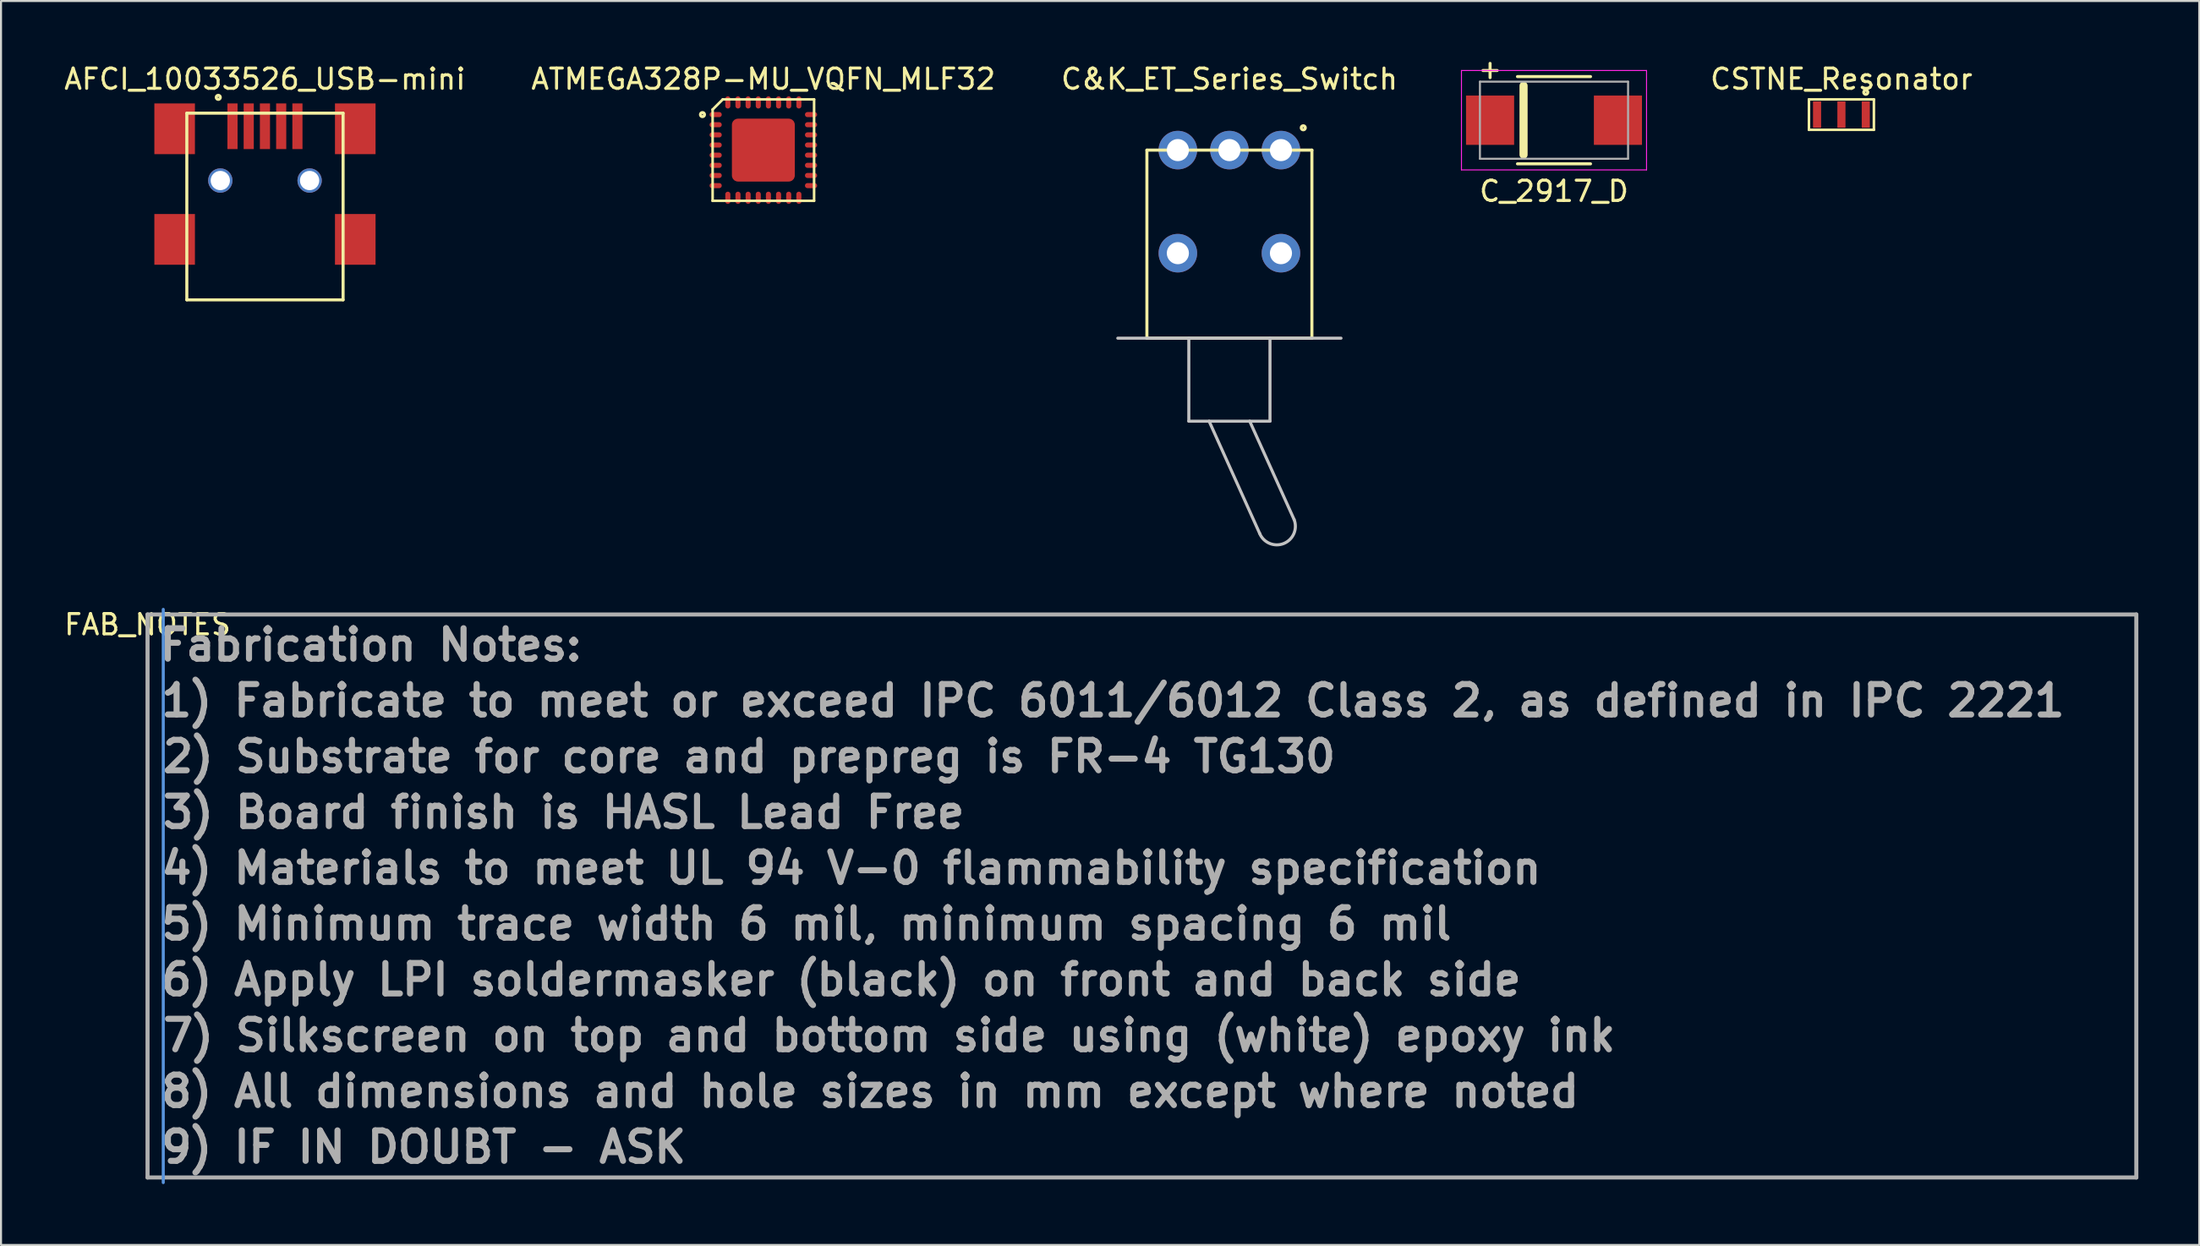
<source format=kicad_pcb>
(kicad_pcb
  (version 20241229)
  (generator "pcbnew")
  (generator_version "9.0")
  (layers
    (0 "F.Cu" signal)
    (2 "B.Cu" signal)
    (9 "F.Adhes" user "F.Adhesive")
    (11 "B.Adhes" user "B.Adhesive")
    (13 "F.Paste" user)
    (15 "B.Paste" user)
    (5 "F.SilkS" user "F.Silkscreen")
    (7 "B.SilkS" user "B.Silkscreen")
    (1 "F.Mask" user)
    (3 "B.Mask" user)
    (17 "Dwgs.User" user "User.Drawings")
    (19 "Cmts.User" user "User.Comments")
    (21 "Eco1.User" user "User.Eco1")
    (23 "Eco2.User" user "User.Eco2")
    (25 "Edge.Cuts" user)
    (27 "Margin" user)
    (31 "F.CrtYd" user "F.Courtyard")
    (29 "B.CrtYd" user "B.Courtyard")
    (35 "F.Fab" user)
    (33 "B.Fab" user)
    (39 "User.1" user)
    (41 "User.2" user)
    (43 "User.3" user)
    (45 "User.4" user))
  (footprint "CSTNE_Resonator"
    (layer "F.Cu")
    (at 87.688 2.598)
    (property "Reference" "CSTNE_Resonator" (at 0 -1.75 0) (layer "F.SilkS") (effects (font (size 1 1) (thickness 0.15))))
    (attr smd)
    (fp_line (start -1.6 -0.75) (end 1.6 -0.75) (stroke (width 0.127) (type solid)) (layer "F.SilkS"))
    (fp_line (start -1.6 0.75) (end -1.6 -0.75) (stroke (width 0.127) (type solid)) (layer "F.SilkS"))
    (fp_line (start 1.6 -0.75) (end 1.6 0.75) (stroke (width 0.127) (type solid)) (layer "F.SilkS"))
    (fp_line (start 1.6 0.75) (end -1.6 0.75) (stroke (width 0.127) (type solid)) (layer "F.SilkS"))
    (fp_circle (center 1.2 -1.1) (end 1.1 -1.1) (stroke (width 0.15) (type solid)) (fill no) (layer "F.SilkS"))
    (pad "1" smd rect (at 1.2 0) (size 0.4 1.3) (layers "F.Cu" "F.Mask" "F.Paste"))
    (pad "2" smd rect (at 0 0) (size 0.4 1.3) (layers "F.Cu" "F.Mask" "F.Paste"))
    (pad "3" smd rect (at -1.2 0) (size 0.4 1.3) (layers "F.Cu" "F.Mask" "F.Paste")))
  (footprint "C&K_ET_Series_Switch"
    (layer "F.Cu")
    (at 57.53 4.348)
    (property "Reference" "C&K_ET_Series_Switch" (at 0 -3.5 0) (layer "F.SilkS") (effects (font (size 1 1) (thickness 0.15))))
    (attr through_hole)
    (fp_line (start -4.065 0) (end 4.065 0) (stroke (width 0.15) (type solid)) (layer "F.SilkS"))
    (fp_line (start -4.065 9.27) (end -4.065 0) (stroke (width 0.15) (type solid)) (layer "F.SilkS"))
    (fp_line (start 4.065 0) (end 4.065 9.27) (stroke (width 0.15) (type solid)) (layer "F.SilkS"))
    (fp_line (start 4.065 9.27) (end -4.065 9.27) (stroke (width 0.15) (type solid)) (layer "F.SilkS"))
    (fp_circle (center 3.64 -1.1) (end 3.64 -1) (stroke (width 0.15) (type solid)) (fill no) (layer "F.SilkS"))
    (fp_line (start -5.5 9.27) (end 5.5 9.27) (stroke (width 0.15) (type solid)) (layer "Dwgs.User"))
    (fp_line (start -2 9.27) (end -2 13.36) (stroke (width 0.15) (type solid)) (layer "Dwgs.User"))
    (fp_line (start -2 13.36) (end 2 13.36) (stroke (width 0.15) (type solid)) (layer "Dwgs.User"))
    (fp_line (start -1 13.36) (end 1.49 18.89) (stroke (width 0.15) (type solid)) (layer "Dwgs.User"))
    (fp_line (start 1 13.36) (end 3.188 18.207) (stroke (width 0.15) (type solid)) (layer "Dwgs.User"))
    (fp_line (start 2 13.36) (end 2 9.27) (stroke (width 0.15) (type solid)) (layer "Dwgs.User"))
    (fp_arc (start 3.188027 18.206717) (mid 2.680655 19.397371) (end 1.490001 18.889999) (stroke (width 0.15) (type solid)) (layer "Dwgs.User"))
    (pad "0" thru_hole circle (at -2.54 5.08) (size 1.9 1.9) (drill 1.09) (layers "*.Cu" "*.Mask"))
    (pad "0" thru_hole circle (at 2.54 5.08) (size 1.9 1.9) (drill 1.09) (layers "*.Cu" "*.Mask"))
    (pad "1" thru_hole circle (at 2.54 0) (size 1.9 1.9) (drill 1.09) (layers "*.Cu" "*.Mask"))
    (pad "2" thru_hole circle (at 0 0) (size 1.9 1.9) (drill 1.09) (layers "*.Cu" "*.Mask"))
    (pad "3" thru_hole circle (at -2.54 0) (size 1.9 1.9) (drill 1.09) (layers "*.Cu" "*.Mask")))
  (footprint "ATMEGA328P-MU_VQFN_MLF32"
    (layer "F.Cu")
    (at 34.565 4.348)
    (property "Reference" "ATMEGA328P-MU_VQFN_MLF32" (at 0 -3.5 0) (layer "F.SilkS") (effects (font (size 1 1) (thickness 0.15))))
    (attr smd)
    (fp_line (start -2.5 -2) (end -2 -2.5) (stroke (width 0.127) (type solid)) (layer "F.SilkS"))
    (fp_line (start -2.5 2.5) (end -2.5 -2) (stroke (width 0.127) (type solid)) (layer "F.SilkS"))
    (fp_line (start -2 -2.5) (end 2.5 -2.5) (stroke (width 0.127) (type solid)) (layer "F.SilkS"))
    (fp_line (start 2.5 -2.5) (end 2.5 2.5) (stroke (width 0.127) (type solid)) (layer "F.SilkS"))
    (fp_line (start 2.5 2.5) (end -2.5 2.5) (stroke (width 0.127) (type solid)) (layer "F.SilkS"))
    (fp_circle (center -3 -1.75) (end -2.9 -1.75) (stroke (width 0.15) (type solid)) (fill no) (layer "F.SilkS"))
    (pad "" smd roundrect (at -0.775 -0.775) (size 1.3 1.3) (layers "F.Paste") (roundrect_rratio 0.238))
    (pad "" smd roundrect (at -0.775 0.775) (size 1.3 1.3) (layers "F.Paste") (roundrect_rratio 0.238))
    (pad "" smd roundrect (at 0.775 -0.775) (size 1.3 1.3) (layers "F.Paste") (roundrect_rratio 0.238))
    (pad "" smd roundrect (at 0.775 0.775) (size 1.3 1.3) (layers "F.Paste") (roundrect_rratio 0.238))
    (pad "0" smd roundrect (at 0 0) (size 3.1 3.1) (layers "F.Cu" "F.Mask") (roundrect_rratio 0.096))
    (pad "1" smd oval (at -2.35 -1.75) (size 0.6 0.25) (layers "F.Cu" "F.Mask" "F.Paste"))
    (pad "2" smd oval (at -2.35 -1.25) (size 0.6 0.25) (layers "F.Cu" "F.Mask" "F.Paste"))
    (pad "3" smd oval (at -2.35 -0.75) (size 0.6 0.25) (layers "F.Cu" "F.Mask" "F.Paste"))
    (pad "4" smd oval (at -2.35 -0.25) (size 0.6 0.25) (layers "F.Cu" "F.Mask" "F.Paste"))
    (pad "5" smd oval (at -2.35 0.25) (size 0.6 0.25) (layers "F.Cu" "F.Mask" "F.Paste"))
    (pad "6" smd oval (at -2.35 0.75) (size 0.6 0.25) (layers "F.Cu" "F.Mask" "F.Paste"))
    (pad "7" smd oval (at -2.35 1.25) (size 0.6 0.25) (layers "F.Cu" "F.Mask" "F.Paste"))
    (pad "8" smd oval (at -2.35 1.75) (size 0.6 0.25) (layers "F.Cu" "F.Mask" "F.Paste"))
    (pad "9" smd oval (at -1.75 2.35 90) (size 0.6 0.25) (layers "F.Cu" "F.Mask" "F.Paste"))
    (pad "10" smd oval (at -1.25 2.35 90) (size 0.6 0.25) (layers "F.Cu" "F.Mask" "F.Paste"))
    (pad "11" smd oval (at -0.75 2.35 90) (size 0.6 0.25) (layers "F.Cu" "F.Mask" "F.Paste"))
    (pad "12" smd oval (at -0.25 2.35 90) (size 0.6 0.25) (layers "F.Cu" "F.Mask" "F.Paste"))
    (pad "13" smd oval (at 0.25 2.35 90) (size 0.6 0.25) (layers "F.Cu" "F.Mask" "F.Paste"))
    (pad "14" smd oval (at 0.75 2.35 90) (size 0.6 0.25) (layers "F.Cu" "F.Mask" "F.Paste"))
    (pad "15" smd oval (at 1.25 2.35 90) (size 0.6 0.25) (layers "F.Cu" "F.Mask" "F.Paste"))
    (pad "16" smd oval (at 1.75 2.35 90) (size 0.6 0.25) (layers "F.Cu" "F.Mask" "F.Paste"))
    (pad "17" smd oval (at 2.35 1.75) (size 0.6 0.25) (layers "F.Cu" "F.Mask" "F.Paste"))
    (pad "18" smd oval (at 2.35 1.25) (size 0.6 0.25) (layers "F.Cu" "F.Mask" "F.Paste"))
    (pad "19" smd oval (at 2.35 0.75) (size 0.6 0.25) (layers "F.Cu" "F.Mask" "F.Paste"))
    (pad "20" smd oval (at 2.35 0.25) (size 0.6 0.25) (layers "F.Cu" "F.Mask" "F.Paste"))
    (pad "21" smd oval (at 2.35 -0.25) (size 0.6 0.25) (layers "F.Cu" "F.Mask" "F.Paste"))
    (pad "22" smd oval (at 2.35 -0.75) (size 0.6 0.25) (layers "F.Cu" "F.Mask" "F.Paste"))
    (pad "23" smd oval (at 2.35 -1.25) (size 0.6 0.25) (layers "F.Cu" "F.Mask" "F.Paste"))
    (pad "24" smd oval (at 2.35 -1.75) (size 0.6 0.25) (layers "F.Cu" "F.Mask" "F.Paste"))
    (pad "25" smd oval (at 1.75 -2.35 90) (size 0.6 0.25) (layers "F.Cu" "F.Mask" "F.Paste"))
    (pad "26" smd oval (at 1.25 -2.35 90) (size 0.6 0.25) (layers "F.Cu" "F.Mask" "F.Paste"))
    (pad "27" smd oval (at 0.75 -2.35 90) (size 0.6 0.25) (layers "F.Cu" "F.Mask" "F.Paste"))
    (pad "28" smd oval (at 0.25 -2.35 90) (size 0.6 0.25) (layers "F.Cu" "F.Mask" "F.Paste"))
    (pad "29" smd oval (at -0.25 -2.35 90) (size 0.6 0.25) (layers "F.Cu" "F.Mask" "F.Paste"))
    (pad "30" smd oval (at -0.75 -2.35 90) (size 0.6 0.25) (layers "F.Cu" "F.Mask" "F.Paste"))
    (pad "31" smd oval (at -1.25 -2.35 90) (size 0.6 0.25) (layers "F.Cu" "F.Mask" "F.Paste"))
    (pad "32" smd oval (at -1.75 -2.35 90) (size 0.6 0.25) (layers "F.Cu" "F.Mask" "F.Paste")))
  (footprint "FAB_NOTES"
    (layer "F.Cu")
    (at 4.22 27.235)
    (property "Reference" "FAB_NOTES" (at 0 0.5 0) (layer "F.SilkS") (effects (font (size 1 1) (thickness 0.15))))
    (attr through_hole)
    (fp_line (start 0.775 -0.25) (end 0.775 28) (stroke (width 0.15) (type solid)) (layer "Cmts.User"))
    (fp_line (start 0 0) (end 98 0) (stroke (width 0.2) (type solid)) (layer "F.Fab"))
    (fp_line (start 0 27.75) (end 0 0) (stroke (width 0.2) (type solid)) (layer "F.Fab"))
    (fp_line (start 98 0) (end 98 27.75) (stroke (width 0.2) (type solid)) (layer "F.Fab"))
    (fp_line (start 98 27.75) (end 0 27.75) (stroke (width 0.2) (type solid)) (layer "F.Fab"))
    (fp_text user "1) Fabricate to meet or exceed IPC 6011/6012 Class 2, as defined in IPC 2221" (at 47.575 4.25 0) (layer "F.Fab") (effects (font (size 1.5 1.5) (thickness 0.3))))
    (fp_text user "4) Materials to meet UL 94 V-0 flammability specification" (at 34.68 12.5 0) (layer "F.Fab") (effects (font (size 1.5 1.5) (thickness 0.3))))
    (fp_text user "9) IF IN DOUBT - ASK" (at 13.61 26.25 0) (layer "F.Fab") (effects (font (size 1.5 1.5) (thickness 0.3))))
    (fp_text user "5) Minimum trace width 6 mil, minimum spacing 6 mil" (at 32.47 15.25 0) (layer "F.Fab") (effects (font (size 1.5 1.5) (thickness 0.3))))
    (fp_text user "6) Apply LPI soldermasker (black) on front and back side" (at 34.185 18 0) (layer "F.Fab") (effects (font (size 1.5 1.5) (thickness 0.3))))
    (fp_text user "8) All dimensions and hole sizes in mm except where noted" (at 35.61 23.5 0) (layer "F.Fab") (effects (font (size 1.5 1.5) (thickness 0.3))))
    (fp_text user "7) Silkscreen on top and bottom side using (white) epoxy ink" (at 36.545 20.75 0) (layer "F.Fab") (effects (font (size 1.5 1.5) (thickness 0.3))))
    (fp_text user "2) Substrate for core and prepreg is FR-4 TG130" (at 29.645 7 0) (layer "F.Fab") (effects (font (size 1.5 1.5) (thickness 0.3))))
    (fp_text user "Fabrication Notes:" (at 11 1.5 0) (layer "F.Fab") (effects (font (size 1.5 1.5) (thickness 0.3))))
    (fp_text user "3) Board finish is HASL Lead Free" (at 20.505 9.75 0) (layer "F.Fab") (effects (font (size 1.5 1.5) (thickness 0.3)))))
  (footprint "C_2917_D"
    (layer "F.Cu")
    (at 73.525 2.875)
    (property "Reference" "C_2917_D" (at 0 3.5 0) (layer "F.SilkS") (effects (font (size 1 1) (thickness 0.15))))
    (attr smd)
    (fp_line (start -3.5 -2.45) (end -2.8 -2.45) (stroke (width 0.15) (type solid)) (layer "F.SilkS"))
    (fp_line (start -3.15 -2.8) (end -3.15 -2.1) (stroke (width 0.15) (type solid)) (layer "F.SilkS"))
    (fp_line (start -1.8 -2.15) (end 1.8 -2.15) (stroke (width 0.15) (type solid)) (layer "F.SilkS"))
    (fp_line (start -1.5 -1.7) (end -1.5 1.7) (stroke (width 0.4) (type solid)) (layer "F.SilkS"))
    (fp_line (start 1.8 2.15) (end -1.8 2.15) (stroke (width 0.15) (type solid)) (layer "F.SilkS"))
    (fp_line (start -4.56 -2.45) (end -4.56 2.45) (stroke (width 0.05) (type solid)) (layer "F.CrtYd"))
    (fp_line (start -4.56 -2.45) (end 4.56 -2.45) (stroke (width 0.05) (type solid)) (layer "F.CrtYd"))
    (fp_line (start 4.56 2.45) (end -4.56 2.45) (stroke (width 0.05) (type solid)) (layer "F.CrtYd"))
    (fp_line (start 4.56 2.45) (end 4.56 -2.45) (stroke (width 0.05) (type solid)) (layer "F.CrtYd"))
    (fp_line (start -3.65 -1.9) (end 3.65 -1.9) (stroke (width 0.1) (type solid)) (layer "F.Fab"))
    (fp_line (start -3.65 1.9) (end -3.65 -1.9) (stroke (width 0.1) (type solid)) (layer "F.Fab"))
    (fp_line (start 3.65 -1.9) (end 3.65 1.9) (stroke (width 0.1) (type solid)) (layer "F.Fab"))
    (fp_line (start 3.65 1.9) (end -3.65 1.9) (stroke (width 0.1) (type solid)) (layer "F.Fab"))
    (pad "1" smd rect (at -3.15 0) (size 2.37 2.43) (layers "F.Cu" "F.Mask" "F.Paste"))
    (pad "2" smd rect (at 3.15 0) (size 2.37 2.43) (layers "F.Cu" "F.Mask" "F.Paste")))
  (footprint "AFCI_10033526_USB-mini"
    (layer "F.Cu")
    (at 10.006 5.848)
    (property "Reference" "AFCI_10033526_USB-mini" (at 0 -5 0) (layer "F.SilkS") (effects (font (size 1 1) (thickness 0.15))))
    (attr through_hole)
    (fp_line (start -3.85 -3.32) (end 3.85 -3.32) (stroke (width 0.15) (type solid)) (layer "F.SilkS"))
    (fp_line (start -3.85 5.88) (end -3.85 -3.32) (stroke (width 0.15) (type solid)) (layer "F.SilkS"))
    (fp_line (start 3.85 -3.32) (end 3.85 5.88) (stroke (width 0.15) (type solid)) (layer "F.SilkS"))
    (fp_line (start 3.85 5.88) (end -3.85 5.88) (stroke (width 0.15) (type solid)) (layer "F.SilkS"))
    (fp_circle (center -2.3 -4.1) (end -2.3 -4) (stroke (width 0.15) (type solid)) (fill no) (layer "F.SilkS"))
    (pad "" np_thru_hole circle (at -2.2 0) (size 1.2 1.2) (drill 0.95) (layers "*.Cu" "*.Mask"))
    (pad "" np_thru_hole circle (at 2.2 0) (size 1.2 1.2) (drill 0.95) (layers "*.Cu" "*.Mask"))
    (pad "0" smd rect (at -4.45 -2.55) (size 2 2.5) (layers "F.Cu" "F.Mask" "F.Paste"))
    (pad "0" smd rect (at -4.45 2.9) (size 2 2.5) (layers "F.Cu" "F.Mask" "F.Paste"))
    (pad "0" smd rect (at 4.45 -2.55) (size 2 2.5) (layers "F.Cu" "F.Mask" "F.Paste"))
    (pad "0" smd rect (at 4.45 2.9) (size 2 2.5) (layers "F.Cu" "F.Mask" "F.Paste"))
    (pad "1" smd rect (at -1.6 -2.675) (size 0.5 2.25) (layers "F.Cu" "F.Mask" "F.Paste"))
    (pad "2" smd rect (at -0.8 -2.675) (size 0.5 2.25) (layers "F.Cu" "F.Mask" "F.Paste"))
    (pad "3" smd rect (at 0 -2.675) (size 0.5 2.25) (layers "F.Cu" "F.Mask" "F.Paste"))
    (pad "4" smd rect (at 0.8 -2.675) (size 0.5 2.25) (layers "F.Cu" "F.Mask" "F.Paste"))
    (pad "5" smd rect (at 1.6 -2.675) (size 0.5 2.25) (layers "F.Cu" "F.Mask" "F.Paste")))
  (gr_rect
    (start -3 -3)
    (end 105.32 58.31)
    (stroke (width 0.1) (type default))
    (fill no)
    (layer "Edge.Cuts")))
</source>
